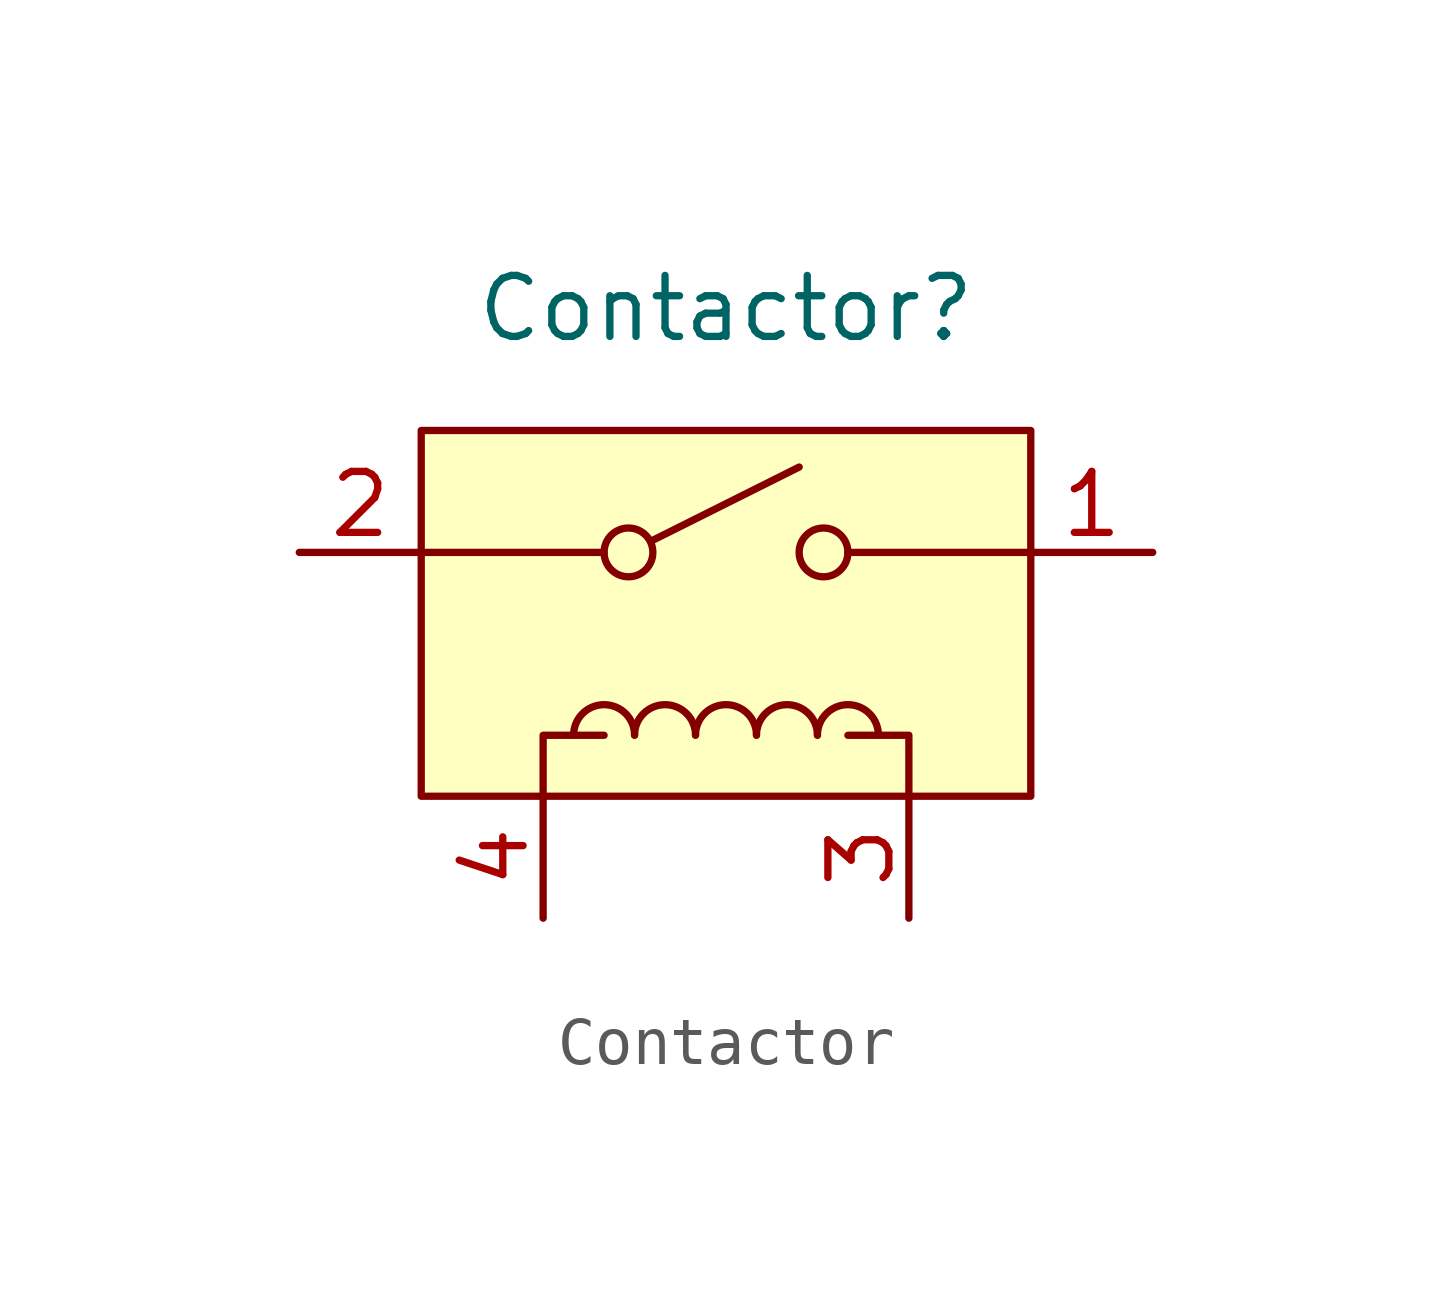
<source format=kicad_sym>
(kicad_symbol_lib
  (version 20241209)
  (generator "kicad_symbol_editor")
  (generator_version "9.0")
  (symbol "Contactor"
    (property "Reference" "Contactor"
      (at 0 6.35 0)
      (effects (font (size 1.27 1.27))))
    (property "Value" ""
      (at 0 0 0)
      (effects (font (size 1.27 1.27))))
    (symbol "Contactor_0_0"
      (circle (center -2.032 1.27) (radius 0.508) (stroke (width 0) (type default)) (fill (type none)))
      (polyline (pts (xy -1.524 1.524) (xy 1.524 3.048)) (stroke (width 0) (type default)) (fill (type none)))
      (circle (center 2.032 1.27) (radius 0.508) (stroke (width 0) (type default)) (fill (type none))))
    (symbol "Contactor_0_1"
      (polyline (pts (xy -3.81 -3.81) (xy -3.81 -2.54) (xy -2.54 -2.54)) (stroke (width 0) (type default)) (fill (type none)))
      (arc (start -3.175 -2.5373) (mid -2.54 -1.905) (end -1.905 -2.5373) (stroke (width 0) (type default)) (fill (type none)))
      (arc (start -1.905 -2.5373) (mid -1.27 -1.905) (end -0.635 -2.5373) (stroke (width 0) (type default)) (fill (type none)))
      (arc (start -0.635 -2.5373) (mid 0 -1.905) (end 0.635 -2.5373) (stroke (width 0) (type default)) (fill (type none)))
      (arc (start 0.635 -2.5373) (mid 1.27 -1.905) (end 1.905 -2.5373) (stroke (width 0) (type default)) (fill (type none)))
      (arc (start 1.905 -2.5373) (mid 2.54 -1.905) (end 3.175 -2.5373) (stroke (width 0) (type default)) (fill (type none)))
      (polyline (pts (xy 3.81 -3.81) (xy 3.81 -2.54) (xy 2.54 -2.54)) (stroke (width 0) (type default)) (fill (type none))))
    (symbol "Contactor_1_1"
      (rectangle (start -6.35 3.81) (end 6.35 -3.81) (stroke (width 0) (type solid)) (fill (type color) (color 255 255 194 1)))
      (polyline (pts (xy -6.35 1.27) (xy -2.54 1.27)) (stroke (width 0) (type default)) (fill (type none)))
      (polyline (pts (xy 2.54 1.27) (xy 2.54 1.27)) (stroke (width 0) (type default)) (fill (type none)))
      (polyline (pts (xy 6.35 1.27) (xy 2.54 1.27)) (stroke (width 0) (type default)) (fill (type none)))
      (pin output line (at -8.89 1.27 0) (length 2.54) (name "" (effects (font (size 1.27 1.27)))) (number "2" (effects (font (size 1.27 1.27)))))
      (pin output line (at -3.81 -6.35 90) (length 2.54) (name "" (effects (font (size 1.27 1.27)))) (number "4" (effects (font (size 1.27 1.27)))))
      (pin input line (at 3.81 -6.35 90) (length 2.54) (name "" (effects (font (size 1.27 1.27)))) (number "3" (effects (font (size 1.27 1.27)))))
      (pin input line (at 8.89 1.27 180) (length 2.54) (name "" (effects (font (size 1.27 1.27)))) (number "1" (effects (font (size 1.27 1.27))))))))
</source>
